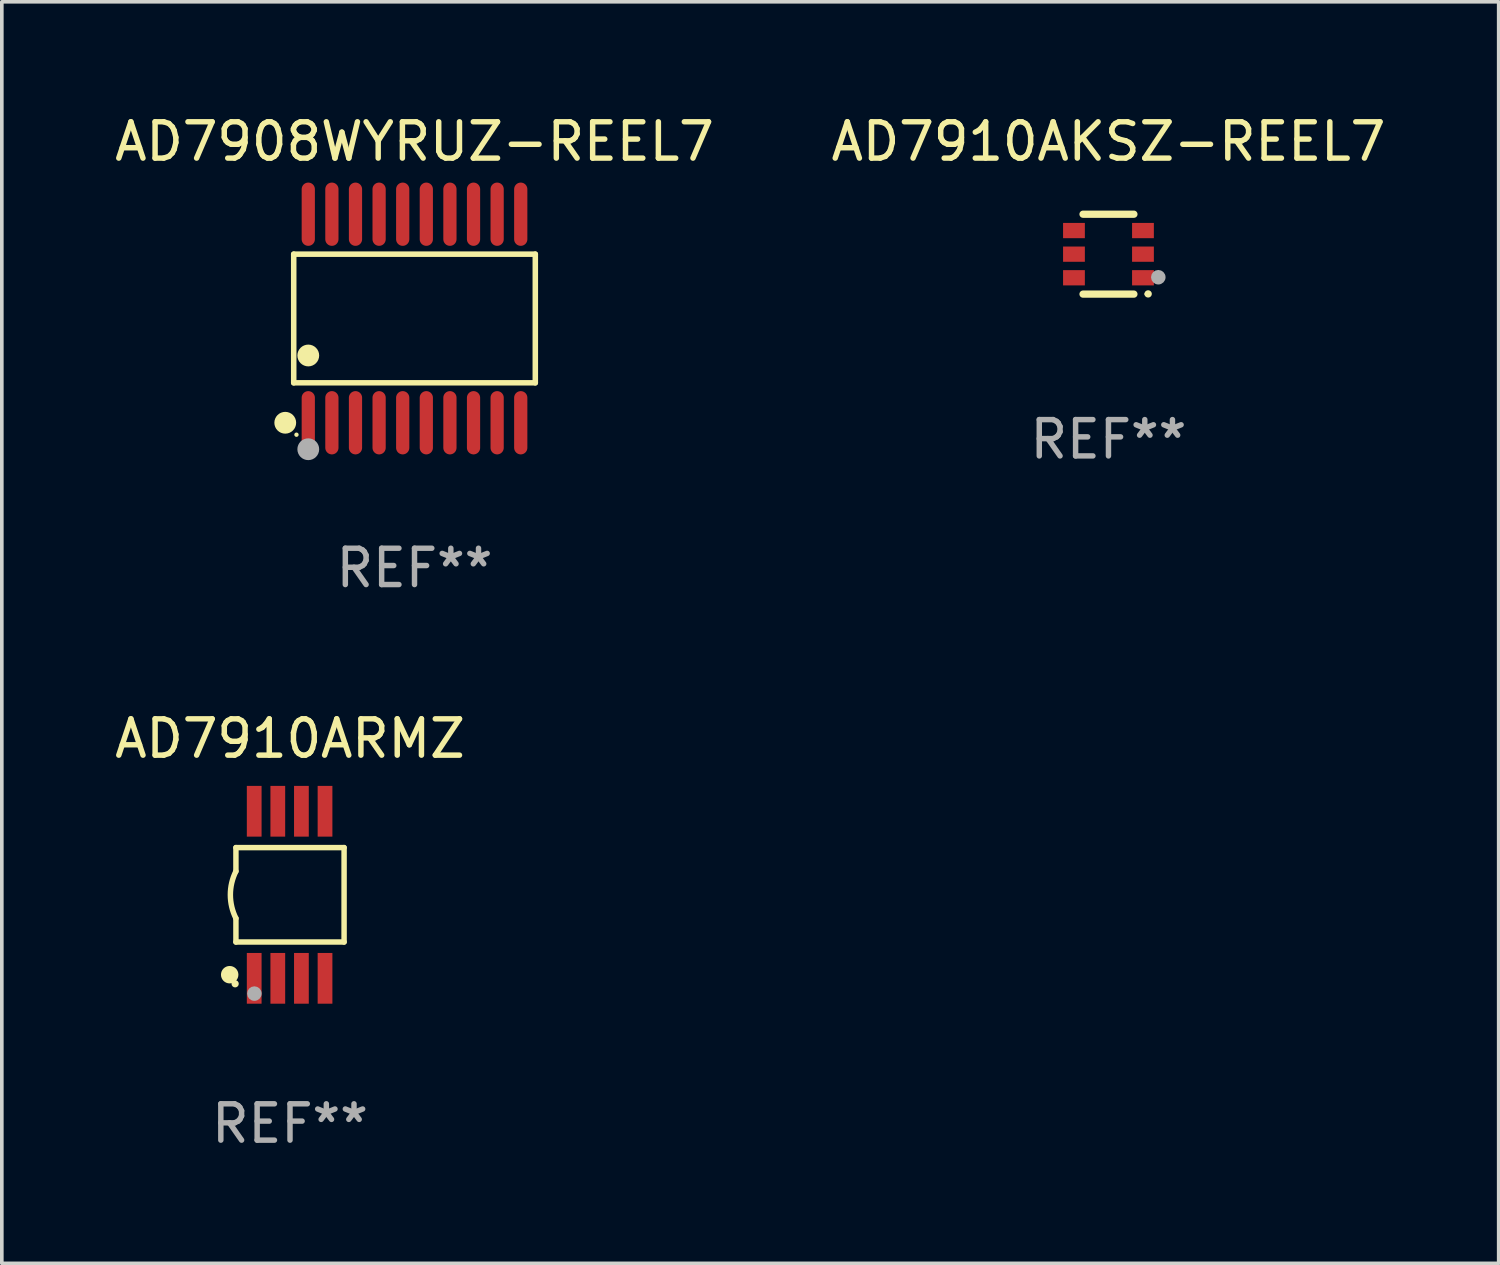
<source format=kicad_pcb>
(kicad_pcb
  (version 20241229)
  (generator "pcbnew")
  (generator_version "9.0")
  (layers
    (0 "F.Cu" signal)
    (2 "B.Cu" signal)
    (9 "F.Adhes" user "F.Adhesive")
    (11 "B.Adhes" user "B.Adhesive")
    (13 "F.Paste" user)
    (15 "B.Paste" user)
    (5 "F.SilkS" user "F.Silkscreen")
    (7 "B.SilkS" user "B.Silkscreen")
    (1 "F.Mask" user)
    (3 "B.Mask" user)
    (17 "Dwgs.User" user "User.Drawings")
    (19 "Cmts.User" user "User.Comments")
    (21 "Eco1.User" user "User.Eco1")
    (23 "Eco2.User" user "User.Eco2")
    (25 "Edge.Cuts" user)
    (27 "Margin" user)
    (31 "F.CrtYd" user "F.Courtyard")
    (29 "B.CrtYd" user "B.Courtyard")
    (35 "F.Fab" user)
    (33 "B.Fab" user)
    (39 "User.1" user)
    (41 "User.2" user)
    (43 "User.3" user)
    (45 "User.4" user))
  (footprint "AD7910ARMZ"
    (layer "F.Cu")
    (at 4.935 21.587)
    (property "Reference" "AD7910ARMZ" (at 0 -4.3 0) (layer "F.SilkS") (effects (font (size 1 1) (thickness 0.15))))
    (attr through_hole)
    (fp_line (start -1.489 -1.3) (end -1.489 -0.648) (stroke (width 0.15) (type solid)) (layer "F.SilkS"))
    (fp_line (start -1.489 0.648) (end -1.489 1.3) (stroke (width 0.15) (type solid)) (layer "F.SilkS"))
    (fp_line (start -1.489 1.3) (end 1.489 1.3) (stroke (width 0.15) (type solid)) (layer "F.SilkS"))
    (fp_line (start 1.489 -1.3) (end -1.489 -1.3) (stroke (width 0.15) (type solid)) (layer "F.SilkS"))
    (fp_line (start 1.489 1.3) (end 1.489 -1.3) (stroke (width 0.15) (type solid)) (layer "F.SilkS"))
    (fp_arc (start -1.489205 0.647702) (mid -1.642107 0) (end -1.489205 -0.647701) (stroke (width 0.150013) (type solid)) (layer "F.SilkS"))
    (fp_circle (center -1.661 2.2) (end -1.541 2.2) (stroke (width 0.24) (type solid)) (fill no) (layer "F.SilkS"))
    (fp_circle (center -1.511 2.45) (end -1.461 2.45) (stroke (width 0.1) (type solid)) (fill no) (layer "F.SilkS"))
    (fp_circle (center -0.981 2.72) (end -0.881 2.72) (stroke (width 0.2) (type solid)) (fill no) (layer "F.Fab"))
    (fp_text user "REF**" (at 0 6.3 0) (layer "F.Fab") (effects (font (size 1 1) (thickness 0.15))))
    (pad "1" smd rect (at -0.986 2.3) (size 0.406 1.397) (layers "F.Cu" "F.Mask" "F.Paste"))
    (pad "2" smd rect (at -0.336 2.3) (size 0.406 1.397) (layers "F.Cu" "F.Mask" "F.Paste"))
    (pad "3" smd rect (at 0.314 2.3) (size 0.406 1.397) (layers "F.Cu" "F.Mask" "F.Paste"))
    (pad "4" smd rect (at 0.964 2.3) (size 0.406 1.397) (layers "F.Cu" "F.Mask" "F.Paste"))
    (pad "5" smd rect (at 0.964 -2.3) (size 0.406 1.397) (layers "F.Cu" "F.Mask" "F.Paste"))
    (pad "6" smd rect (at 0.314 -2.3) (size 0.406 1.397) (layers "F.Cu" "F.Mask" "F.Paste"))
    (pad "7" smd rect (at -0.336 -2.3) (size 0.406 1.397) (layers "F.Cu" "F.Mask" "F.Paste"))
    (pad "8" smd rect (at -0.986 -2.3) (size 0.406 1.397) (layers "F.Cu" "F.Mask" "F.Paste")))
  (footprint "AD7908WYRUZ-REEL7"
    (layer "F.Cu")
    (at 8.363 5.719)
    (property "Reference" "AD7908WYRUZ-REEL7" (at 0 -4.871 0) (layer "F.SilkS") (effects (font (size 1 1) (thickness 0.15))))
    (attr through_hole)
    (fp_line (start -3.326 -1.771) (end 3.326 -1.771) (stroke (width 0.152) (type solid)) (layer "F.SilkS"))
    (fp_line (start -3.326 1.771) (end -3.326 -1.771) (stroke (width 0.152) (type solid)) (layer "F.SilkS"))
    (fp_line (start 3.326 -1.771) (end 3.326 1.771) (stroke (width 0.152) (type solid)) (layer "F.SilkS"))
    (fp_line (start 3.326 1.771) (end -3.326 1.771) (stroke (width 0.152) (type solid)) (layer "F.SilkS"))
    (fp_circle (center -3.559 2.871) (end -3.409 2.871) (stroke (width 0.3) (type solid)) (fill no) (layer "F.SilkS"))
    (fp_circle (center -3.25 3.2) (end -3.22 3.2) (stroke (width 0.06) (type solid)) (fill no) (layer "F.SilkS"))
    (fp_circle (center -2.925 1.019) (end -2.775 1.019) (stroke (width 0.3) (type solid)) (fill no) (layer "F.SilkS"))
    (fp_circle (center -2.925 3.6) (end -2.775 3.6) (stroke (width 0.3) (type solid)) (fill no) (layer "F.Fab"))
    (fp_text user "REF**" (at 0 6.871 0) (layer "F.Fab") (effects (font (size 1 1) (thickness 0.15))))
    (pad "1" smd oval (at -2.925 2.871) (size 0.364 1.742) (layers "F.Cu" "F.Mask" "F.Paste"))
    (pad "2" smd oval (at -2.275 2.871) (size 0.364 1.742) (layers "F.Cu" "F.Mask" "F.Paste"))
    (pad "3" smd oval (at -1.625 2.871) (size 0.364 1.742) (layers "F.Cu" "F.Mask" "F.Paste"))
    (pad "4" smd oval (at -0.975 2.871) (size 0.364 1.742) (layers "F.Cu" "F.Mask" "F.Paste"))
    (pad "5" smd oval (at -0.325 2.871) (size 0.364 1.742) (layers "F.Cu" "F.Mask" "F.Paste"))
    (pad "6" smd oval (at 0.325 2.871) (size 0.364 1.742) (layers "F.Cu" "F.Mask" "F.Paste"))
    (pad "7" smd oval (at 0.975 2.871) (size 0.364 1.742) (layers "F.Cu" "F.Mask" "F.Paste"))
    (pad "8" smd oval (at 1.625 2.871) (size 0.364 1.742) (layers "F.Cu" "F.Mask" "F.Paste"))
    (pad "9" smd oval (at 2.275 2.871) (size 0.364 1.742) (layers "F.Cu" "F.Mask" "F.Paste"))
    (pad "10" smd oval (at 2.925 2.871) (size 0.364 1.742) (layers "F.Cu" "F.Mask" "F.Paste"))
    (pad "11" smd oval (at 2.925 -2.871) (size 0.364 1.742) (layers "F.Cu" "F.Mask" "F.Paste"))
    (pad "12" smd oval (at 2.275 -2.871) (size 0.364 1.742) (layers "F.Cu" "F.Mask" "F.Paste"))
    (pad "13" smd oval (at 1.625 -2.871) (size 0.364 1.742) (layers "F.Cu" "F.Mask" "F.Paste"))
    (pad "14" smd oval (at 0.975 -2.871) (size 0.364 1.742) (layers "F.Cu" "F.Mask" "F.Paste"))
    (pad "15" smd oval (at 0.325 -2.871) (size 0.364 1.742) (layers "F.Cu" "F.Mask" "F.Paste"))
    (pad "16" smd oval (at -0.325 -2.871) (size 0.364 1.742) (layers "F.Cu" "F.Mask" "F.Paste"))
    (pad "17" smd oval (at -0.975 -2.871) (size 0.364 1.742) (layers "F.Cu" "F.Mask" "F.Paste"))
    (pad "18" smd oval (at -1.625 -2.871) (size 0.364 1.742) (layers "F.Cu" "F.Mask" "F.Paste"))
    (pad "19" smd oval (at -2.275 -2.871) (size 0.364 1.742) (layers "F.Cu" "F.Mask" "F.Paste"))
    (pad "20" smd oval (at -2.925 -2.871) (size 0.364 1.742) (layers "F.Cu" "F.Mask" "F.Paste")))
  (footprint "AD7910AKSZ-REEL7"
    (layer "F.Cu")
    (at 27.47 3.948)
    (property "Reference" "AD7910AKSZ-REEL7" (at 0 -3.1 0) (layer "F.SilkS") (effects (font (size 1 1) (thickness 0.15))))
    (attr through_hole)
    (fp_line (start -0.7 -1.1) (end 0.7 -1.1) (stroke (width 0.2) (type solid)) (layer "F.SilkS"))
    (fp_line (start -0.7 1.1) (end 0.7 1.1) (stroke (width 0.2) (type solid)) (layer "F.SilkS"))
    (fp_arc (start 1.090932 1.094209) (mid 1.092202 1.094203) (end 1.093472 1.094209) (stroke (width 0.2) (type solid)) (layer "F.SilkS"))
    (fp_circle (center 1.053 1.1) (end 1.083 1.1) (stroke (width 0.06) (type solid)) (fill no) (layer "F.SilkS"))
    (fp_circle (center 1.372 0.635) (end 1.472 0.635) (stroke (width 0.2) (type solid)) (fill no) (layer "F.Fab"))
    (fp_text user "REF**" (at 0 5.1 0) (layer "F.Fab") (effects (font (size 1 1) (thickness 0.15))))
    (pad "1" smd rect (at 0.95 0.65 90) (size 0.42 0.6) (layers "F.Cu" "F.Mask" "F.Paste"))
    (pad "2" smd rect (at 0.95 0 90) (size 0.42 0.6) (layers "F.Cu" "F.Mask" "F.Paste"))
    (pad "3" smd rect (at 0.95 -0.65 90) (size 0.42 0.6) (layers "F.Cu" "F.Mask" "F.Paste"))
    (pad "4" smd rect (at -0.95 -0.65 270) (size 0.42 0.6) (layers "F.Cu" "F.Mask" "F.Paste"))
    (pad "5" smd rect (at -0.95 0 270) (size 0.42 0.6) (layers "F.Cu" "F.Mask" "F.Paste"))
    (pad "6" smd rect (at -0.95 0.65 270) (size 0.42 0.6) (layers "F.Cu" "F.Mask" "F.Paste")))
  (gr_rect
    (start -3 -3)
    (end 38.214 31.735)
    (stroke (width 0.1) (type default))
    (fill no)
    (layer "Edge.Cuts")))
</source>
